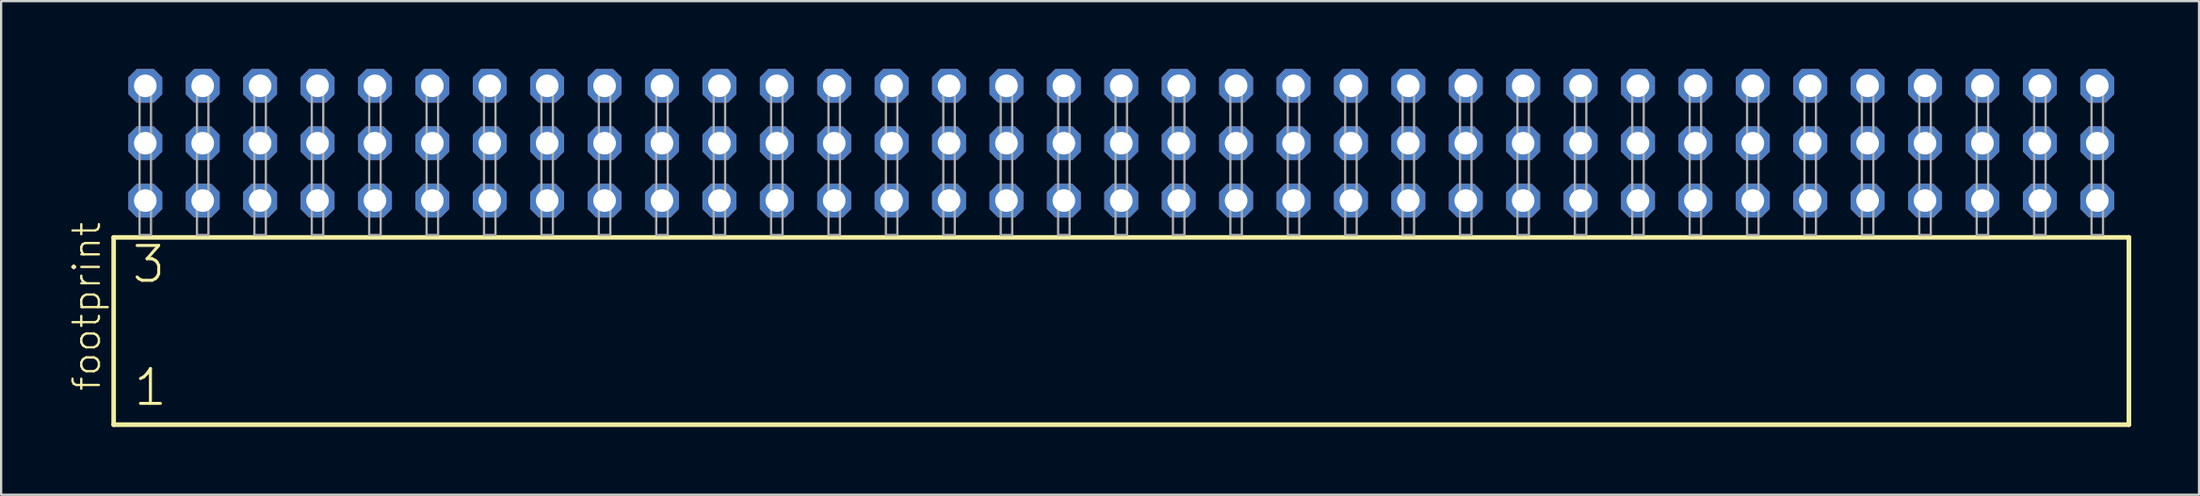
<source format=kicad_pcb>
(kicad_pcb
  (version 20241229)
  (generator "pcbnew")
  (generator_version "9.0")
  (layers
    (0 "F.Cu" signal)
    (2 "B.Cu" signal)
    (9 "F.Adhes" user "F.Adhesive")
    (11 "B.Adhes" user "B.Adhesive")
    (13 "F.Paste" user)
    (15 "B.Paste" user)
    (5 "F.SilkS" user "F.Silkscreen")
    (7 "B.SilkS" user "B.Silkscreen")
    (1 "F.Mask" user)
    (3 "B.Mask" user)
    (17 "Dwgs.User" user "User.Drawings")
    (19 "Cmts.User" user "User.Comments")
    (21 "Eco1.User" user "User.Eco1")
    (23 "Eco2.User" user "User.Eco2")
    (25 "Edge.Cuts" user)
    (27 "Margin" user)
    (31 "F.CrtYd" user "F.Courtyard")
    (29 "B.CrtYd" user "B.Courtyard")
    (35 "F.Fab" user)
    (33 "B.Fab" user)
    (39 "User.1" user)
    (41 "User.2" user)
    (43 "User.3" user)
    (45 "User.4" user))
  (footprint "footprint"
    (layer "F.Cu")
    (at 46.558 7.354)
    (property "Reference" "footprint" (at -45.085 6.985 90) (layer "F.SilkS") (effects (font (size 1.168 1.168) (thickness 0.102)) (justify left bottom)))
    (fp_line (start -44.579 0.106) (end -44.579 8.396) (stroke (width 0.203) (type solid)) (layer "F.SilkS"))
    (fp_line (start -44.579 8.396) (end 44.579 8.396) (stroke (width 0.203) (type solid)) (layer "F.SilkS"))
    (fp_line (start 44.579 0.106) (end -44.579 0.106) (stroke (width 0.203) (type solid)) (layer "F.SilkS"))
    (fp_line (start 44.579 8.396) (end 44.579 0.106) (stroke (width 0.203) (type solid)) (layer "F.SilkS"))
    (fp_poly (pts (xy -43.434 0) (xy -42.926 0) (xy -42.926 -6.858) (xy -43.434 -6.858)) (stroke (width 0.1) (type solid)) (fill no) (layer "F.Fab"))
    (fp_poly (pts (xy -40.894 0) (xy -40.386 0) (xy -40.386 -6.858) (xy -40.894 -6.858)) (stroke (width 0.1) (type solid)) (fill no) (layer "F.Fab"))
    (fp_poly (pts (xy -38.354 0) (xy -37.846 0) (xy -37.846 -6.858) (xy -38.354 -6.858)) (stroke (width 0.1) (type solid)) (fill no) (layer "F.Fab"))
    (fp_poly (pts (xy -35.814 0) (xy -35.306 0) (xy -35.306 -6.858) (xy -35.814 -6.858)) (stroke (width 0.1) (type solid)) (fill no) (layer "F.Fab"))
    (fp_poly (pts (xy -33.274 0) (xy -32.766 0) (xy -32.766 -6.858) (xy -33.274 -6.858)) (stroke (width 0.1) (type solid)) (fill no) (layer "F.Fab"))
    (fp_poly (pts (xy -30.734 0) (xy -30.226 0) (xy -30.226 -6.858) (xy -30.734 -6.858)) (stroke (width 0.1) (type solid)) (fill no) (layer "F.Fab"))
    (fp_poly (pts (xy -28.194 0) (xy -27.686 0) (xy -27.686 -6.858) (xy -28.194 -6.858)) (stroke (width 0.1) (type solid)) (fill no) (layer "F.Fab"))
    (fp_poly (pts (xy -25.654 0) (xy -25.146 0) (xy -25.146 -6.858) (xy -25.654 -6.858)) (stroke (width 0.1) (type solid)) (fill no) (layer "F.Fab"))
    (fp_poly (pts (xy -23.114 0) (xy -22.606 0) (xy -22.606 -6.858) (xy -23.114 -6.858)) (stroke (width 0.1) (type solid)) (fill no) (layer "F.Fab"))
    (fp_poly (pts (xy -20.574 0) (xy -20.066 0) (xy -20.066 -6.858) (xy -20.574 -6.858)) (stroke (width 0.1) (type solid)) (fill no) (layer "F.Fab"))
    (fp_poly (pts (xy -18.034 0) (xy -17.526 0) (xy -17.526 -6.858) (xy -18.034 -6.858)) (stroke (width 0.1) (type solid)) (fill no) (layer "F.Fab"))
    (fp_poly (pts (xy -15.494 0) (xy -14.986 0) (xy -14.986 -6.858) (xy -15.494 -6.858)) (stroke (width 0.1) (type solid)) (fill no) (layer "F.Fab"))
    (fp_poly (pts (xy -12.954 0) (xy -12.446 0) (xy -12.446 -6.858) (xy -12.954 -6.858)) (stroke (width 0.1) (type solid)) (fill no) (layer "F.Fab"))
    (fp_poly (pts (xy -10.414 0) (xy -9.906 0) (xy -9.906 -6.858) (xy -10.414 -6.858)) (stroke (width 0.1) (type solid)) (fill no) (layer "F.Fab"))
    (fp_poly (pts (xy -7.874 0) (xy -7.366 0) (xy -7.366 -6.858) (xy -7.874 -6.858)) (stroke (width 0.1) (type solid)) (fill no) (layer "F.Fab"))
    (fp_poly (pts (xy -5.334 0) (xy -4.826 0) (xy -4.826 -6.858) (xy -5.334 -6.858)) (stroke (width 0.1) (type solid)) (fill no) (layer "F.Fab"))
    (fp_poly (pts (xy -2.794 0) (xy -2.286 0) (xy -2.286 -6.858) (xy -2.794 -6.858)) (stroke (width 0.1) (type solid)) (fill no) (layer "F.Fab"))
    (fp_poly (pts (xy -0.254 0) (xy 0.254 0) (xy 0.254 -6.858) (xy -0.254 -6.858)) (stroke (width 0.1) (type solid)) (fill no) (layer "F.Fab"))
    (fp_poly (pts (xy 2.286 0) (xy 2.794 0) (xy 2.794 -6.858) (xy 2.286 -6.858)) (stroke (width 0.1) (type solid)) (fill no) (layer "F.Fab"))
    (fp_poly (pts (xy 4.826 0) (xy 5.334 0) (xy 5.334 -6.858) (xy 4.826 -6.858)) (stroke (width 0.1) (type solid)) (fill no) (layer "F.Fab"))
    (fp_poly (pts (xy 7.366 0) (xy 7.874 0) (xy 7.874 -6.858) (xy 7.366 -6.858)) (stroke (width 0.1) (type solid)) (fill no) (layer "F.Fab"))
    (fp_poly (pts (xy 9.906 0) (xy 10.414 0) (xy 10.414 -6.858) (xy 9.906 -6.858)) (stroke (width 0.1) (type solid)) (fill no) (layer "F.Fab"))
    (fp_poly (pts (xy 12.446 0) (xy 12.954 0) (xy 12.954 -6.858) (xy 12.446 -6.858)) (stroke (width 0.1) (type solid)) (fill no) (layer "F.Fab"))
    (fp_poly (pts (xy 14.986 0) (xy 15.494 0) (xy 15.494 -6.858) (xy 14.986 -6.858)) (stroke (width 0.1) (type solid)) (fill no) (layer "F.Fab"))
    (fp_poly (pts (xy 17.526 0) (xy 18.034 0) (xy 18.034 -6.858) (xy 17.526 -6.858)) (stroke (width 0.1) (type solid)) (fill no) (layer "F.Fab"))
    (fp_poly (pts (xy 20.066 0) (xy 20.574 0) (xy 20.574 -6.858) (xy 20.066 -6.858)) (stroke (width 0.1) (type solid)) (fill no) (layer "F.Fab"))
    (fp_poly (pts (xy 22.606 0) (xy 23.114 0) (xy 23.114 -6.858) (xy 22.606 -6.858)) (stroke (width 0.1) (type solid)) (fill no) (layer "F.Fab"))
    (fp_poly (pts (xy 25.146 0) (xy 25.654 0) (xy 25.654 -6.858) (xy 25.146 -6.858)) (stroke (width 0.1) (type solid)) (fill no) (layer "F.Fab"))
    (fp_poly (pts (xy 27.686 0) (xy 28.194 0) (xy 28.194 -6.858) (xy 27.686 -6.858)) (stroke (width 0.1) (type solid)) (fill no) (layer "F.Fab"))
    (fp_poly (pts (xy 30.226 0) (xy 30.734 0) (xy 30.734 -6.858) (xy 30.226 -6.858)) (stroke (width 0.1) (type solid)) (fill no) (layer "F.Fab"))
    (fp_poly (pts (xy 32.766 0) (xy 33.274 0) (xy 33.274 -6.858) (xy 32.766 -6.858)) (stroke (width 0.1) (type solid)) (fill no) (layer "F.Fab"))
    (fp_poly (pts (xy 35.306 0) (xy 35.814 0) (xy 35.814 -6.858) (xy 35.306 -6.858)) (stroke (width 0.1) (type solid)) (fill no) (layer "F.Fab"))
    (fp_poly (pts (xy 37.846 0) (xy 38.354 0) (xy 38.354 -6.858) (xy 37.846 -6.858)) (stroke (width 0.1) (type solid)) (fill no) (layer "F.Fab"))
    (fp_poly (pts (xy 40.386 0) (xy 40.894 0) (xy 40.894 -6.858) (xy 40.386 -6.858)) (stroke (width 0.1) (type solid)) (fill no) (layer "F.Fab"))
    (fp_poly (pts (xy 42.926 0) (xy 43.434 0) (xy 43.434 -6.858) (xy 42.926 -6.858)) (stroke (width 0.1) (type solid)) (fill no) (layer "F.Fab"))
    (fp_text user "1" (at -43.775 7.65 0) (layer "F.SilkS") (effects (font (size 1.542 1.542) (thickness 0.134)) (justify left bottom)))
    (fp_text user "3" (at -43.85 2.2 0) (layer "F.SilkS") (effects (font (size 1.542 1.542) (thickness 0.134)) (justify left bottom)))
    (pad "1" thru_hole roundrect (at -43.18 -1.524) (size 1.5 1.5) (drill 1) (layers "*.Cu" "*.Mask") (roundrect_rratio 0.25) (chamfer_ratio 0.25) (chamfer top_left top_right bottom_left bottom_right))
    (pad "2" thru_hole roundrect (at -43.18 -4.064) (size 1.5 1.5) (drill 1) (layers "*.Cu" "*.Mask") (roundrect_rratio 0.25) (chamfer_ratio 0.25) (chamfer top_left top_right bottom_left bottom_right))
    (pad "3" thru_hole roundrect (at -43.18 -6.604) (size 1.5 1.5) (drill 1) (layers "*.Cu" "*.Mask") (roundrect_rratio 0.25) (chamfer_ratio 0.25) (chamfer top_left top_right bottom_left bottom_right))
    (pad "4" thru_hole roundrect (at -40.64 -1.524) (size 1.5 1.5) (drill 1) (layers "*.Cu" "*.Mask") (roundrect_rratio 0.25) (chamfer_ratio 0.25) (chamfer top_left top_right bottom_left bottom_right))
    (pad "5" thru_hole roundrect (at -40.64 -4.064) (size 1.5 1.5) (drill 1) (layers "*.Cu" "*.Mask") (roundrect_rratio 0.25) (chamfer_ratio 0.25) (chamfer top_left top_right bottom_left bottom_right))
    (pad "6" thru_hole roundrect (at -40.64 -6.604) (size 1.5 1.5) (drill 1) (layers "*.Cu" "*.Mask") (roundrect_rratio 0.25) (chamfer_ratio 0.25) (chamfer top_left top_right bottom_left bottom_right))
    (pad "7" thru_hole roundrect (at -38.1 -1.524) (size 1.5 1.5) (drill 1) (layers "*.Cu" "*.Mask") (roundrect_rratio 0.25) (chamfer_ratio 0.25) (chamfer top_left top_right bottom_left bottom_right))
    (pad "8" thru_hole roundrect (at -38.1 -4.064) (size 1.5 1.5) (drill 1) (layers "*.Cu" "*.Mask") (roundrect_rratio 0.25) (chamfer_ratio 0.25) (chamfer top_left top_right bottom_left bottom_right))
    (pad "9" thru_hole roundrect (at -38.1 -6.604) (size 1.5 1.5) (drill 1) (layers "*.Cu" "*.Mask") (roundrect_rratio 0.25) (chamfer_ratio 0.25) (chamfer top_left top_right bottom_left bottom_right))
    (pad "10" thru_hole roundrect (at -35.56 -1.524) (size 1.5 1.5) (drill 1) (layers "*.Cu" "*.Mask") (roundrect_rratio 0.25) (chamfer_ratio 0.25) (chamfer top_left top_right bottom_left bottom_right))
    (pad "11" thru_hole roundrect (at -35.56 -4.064) (size 1.5 1.5) (drill 1) (layers "*.Cu" "*.Mask") (roundrect_rratio 0.25) (chamfer_ratio 0.25) (chamfer top_left top_right bottom_left bottom_right))
    (pad "12" thru_hole roundrect (at -35.56 -6.604) (size 1.5 1.5) (drill 1) (layers "*.Cu" "*.Mask") (roundrect_rratio 0.25) (chamfer_ratio 0.25) (chamfer top_left top_right bottom_left bottom_right))
    (pad "13" thru_hole roundrect (at -33.02 -1.524) (size 1.5 1.5) (drill 1) (layers "*.Cu" "*.Mask") (roundrect_rratio 0.25) (chamfer_ratio 0.25) (chamfer top_left top_right bottom_left bottom_right))
    (pad "14" thru_hole roundrect (at -33.02 -4.064) (size 1.5 1.5) (drill 1) (layers "*.Cu" "*.Mask") (roundrect_rratio 0.25) (chamfer_ratio 0.25) (chamfer top_left top_right bottom_left bottom_right))
    (pad "15" thru_hole roundrect (at -33.02 -6.604) (size 1.5 1.5) (drill 1) (layers "*.Cu" "*.Mask") (roundrect_rratio 0.25) (chamfer_ratio 0.25) (chamfer top_left top_right bottom_left bottom_right))
    (pad "16" thru_hole roundrect (at -30.48 -1.524) (size 1.5 1.5) (drill 1) (layers "*.Cu" "*.Mask") (roundrect_rratio 0.25) (chamfer_ratio 0.25) (chamfer top_left top_right bottom_left bottom_right))
    (pad "17" thru_hole roundrect (at -30.48 -4.064) (size 1.5 1.5) (drill 1) (layers "*.Cu" "*.Mask") (roundrect_rratio 0.25) (chamfer_ratio 0.25) (chamfer top_left top_right bottom_left bottom_right))
    (pad "18" thru_hole roundrect (at -30.48 -6.604) (size 1.5 1.5) (drill 1) (layers "*.Cu" "*.Mask") (roundrect_rratio 0.25) (chamfer_ratio 0.25) (chamfer top_left top_right bottom_left bottom_right))
    (pad "19" thru_hole roundrect (at -27.94 -1.524) (size 1.5 1.5) (drill 1) (layers "*.Cu" "*.Mask") (roundrect_rratio 0.25) (chamfer_ratio 0.25) (chamfer top_left top_right bottom_left bottom_right))
    (pad "20" thru_hole roundrect (at -27.94 -4.064) (size 1.5 1.5) (drill 1) (layers "*.Cu" "*.Mask") (roundrect_rratio 0.25) (chamfer_ratio 0.25) (chamfer top_left top_right bottom_left bottom_right))
    (pad "21" thru_hole roundrect (at -27.94 -6.604) (size 1.5 1.5) (drill 1) (layers "*.Cu" "*.Mask") (roundrect_rratio 0.25) (chamfer_ratio 0.25) (chamfer top_left top_right bottom_left bottom_right))
    (pad "22" thru_hole roundrect (at -25.4 -1.524) (size 1.5 1.5) (drill 1) (layers "*.Cu" "*.Mask") (roundrect_rratio 0.25) (chamfer_ratio 0.25) (chamfer top_left top_right bottom_left bottom_right))
    (pad "23" thru_hole roundrect (at -25.4 -4.064) (size 1.5 1.5) (drill 1) (layers "*.Cu" "*.Mask") (roundrect_rratio 0.25) (chamfer_ratio 0.25) (chamfer top_left top_right bottom_left bottom_right))
    (pad "24" thru_hole roundrect (at -25.4 -6.604) (size 1.5 1.5) (drill 1) (layers "*.Cu" "*.Mask") (roundrect_rratio 0.25) (chamfer_ratio 0.25) (chamfer top_left top_right bottom_left bottom_right))
    (pad "25" thru_hole roundrect (at -22.86 -1.524) (size 1.5 1.5) (drill 1) (layers "*.Cu" "*.Mask") (roundrect_rratio 0.25) (chamfer_ratio 0.25) (chamfer top_left top_right bottom_left bottom_right))
    (pad "26" thru_hole roundrect (at -22.86 -4.064) (size 1.5 1.5) (drill 1) (layers "*.Cu" "*.Mask") (roundrect_rratio 0.25) (chamfer_ratio 0.25) (chamfer top_left top_right bottom_left bottom_right))
    (pad "27" thru_hole roundrect (at -22.86 -6.604) (size 1.5 1.5) (drill 1) (layers "*.Cu" "*.Mask") (roundrect_rratio 0.25) (chamfer_ratio 0.25) (chamfer top_left top_right bottom_left bottom_right))
    (pad "28" thru_hole roundrect (at -20.32 -1.524) (size 1.5 1.5) (drill 1) (layers "*.Cu" "*.Mask") (roundrect_rratio 0.25) (chamfer_ratio 0.25) (chamfer top_left top_right bottom_left bottom_right))
    (pad "29" thru_hole roundrect (at -20.32 -4.064) (size 1.5 1.5) (drill 1) (layers "*.Cu" "*.Mask") (roundrect_rratio 0.25) (chamfer_ratio 0.25) (chamfer top_left top_right bottom_left bottom_right))
    (pad "30" thru_hole roundrect (at -20.32 -6.604) (size 1.5 1.5) (drill 1) (layers "*.Cu" "*.Mask") (roundrect_rratio 0.25) (chamfer_ratio 0.25) (chamfer top_left top_right bottom_left bottom_right))
    (pad "31" thru_hole roundrect (at -17.78 -1.524) (size 1.5 1.5) (drill 1) (layers "*.Cu" "*.Mask") (roundrect_rratio 0.25) (chamfer_ratio 0.25) (chamfer top_left top_right bottom_left bottom_right))
    (pad "32" thru_hole roundrect (at -17.78 -4.064) (size 1.5 1.5) (drill 1) (layers "*.Cu" "*.Mask") (roundrect_rratio 0.25) (chamfer_ratio 0.25) (chamfer top_left top_right bottom_left bottom_right))
    (pad "33" thru_hole roundrect (at -17.78 -6.604) (size 1.5 1.5) (drill 1) (layers "*.Cu" "*.Mask") (roundrect_rratio 0.25) (chamfer_ratio 0.25) (chamfer top_left top_right bottom_left bottom_right))
    (pad "34" thru_hole roundrect (at -15.24 -1.524) (size 1.5 1.5) (drill 1) (layers "*.Cu" "*.Mask") (roundrect_rratio 0.25) (chamfer_ratio 0.25) (chamfer top_left top_right bottom_left bottom_right))
    (pad "35" thru_hole roundrect (at -15.24 -4.064) (size 1.5 1.5) (drill 1) (layers "*.Cu" "*.Mask") (roundrect_rratio 0.25) (chamfer_ratio 0.25) (chamfer top_left top_right bottom_left bottom_right))
    (pad "36" thru_hole roundrect (at -15.24 -6.604) (size 1.5 1.5) (drill 1) (layers "*.Cu" "*.Mask") (roundrect_rratio 0.25) (chamfer_ratio 0.25) (chamfer top_left top_right bottom_left bottom_right))
    (pad "37" thru_hole roundrect (at -12.7 -1.524) (size 1.5 1.5) (drill 1) (layers "*.Cu" "*.Mask") (roundrect_rratio 0.25) (chamfer_ratio 0.25) (chamfer top_left top_right bottom_left bottom_right))
    (pad "38" thru_hole roundrect (at -12.7 -4.064) (size 1.5 1.5) (drill 1) (layers "*.Cu" "*.Mask") (roundrect_rratio 0.25) (chamfer_ratio 0.25) (chamfer top_left top_right bottom_left bottom_right))
    (pad "39" thru_hole roundrect (at -12.7 -6.604) (size 1.5 1.5) (drill 1) (layers "*.Cu" "*.Mask") (roundrect_rratio 0.25) (chamfer_ratio 0.25) (chamfer top_left top_right bottom_left bottom_right))
    (pad "40" thru_hole roundrect (at -10.16 -1.524) (size 1.5 1.5) (drill 1) (layers "*.Cu" "*.Mask") (roundrect_rratio 0.25) (chamfer_ratio 0.25) (chamfer top_left top_right bottom_left bottom_right))
    (pad "41" thru_hole roundrect (at -10.16 -4.064) (size 1.5 1.5) (drill 1) (layers "*.Cu" "*.Mask") (roundrect_rratio 0.25) (chamfer_ratio 0.25) (chamfer top_left top_right bottom_left bottom_right))
    (pad "42" thru_hole roundrect (at -10.16 -6.604) (size 1.5 1.5) (drill 1) (layers "*.Cu" "*.Mask") (roundrect_rratio 0.25) (chamfer_ratio 0.25) (chamfer top_left top_right bottom_left bottom_right))
    (pad "43" thru_hole roundrect (at -7.62 -1.524) (size 1.5 1.5) (drill 1) (layers "*.Cu" "*.Mask") (roundrect_rratio 0.25) (chamfer_ratio 0.25) (chamfer top_left top_right bottom_left bottom_right))
    (pad "44" thru_hole roundrect (at -7.62 -4.064) (size 1.5 1.5) (drill 1) (layers "*.Cu" "*.Mask") (roundrect_rratio 0.25) (chamfer_ratio 0.25) (chamfer top_left top_right bottom_left bottom_right))
    (pad "45" thru_hole roundrect (at -7.62 -6.604) (size 1.5 1.5) (drill 1) (layers "*.Cu" "*.Mask") (roundrect_rratio 0.25) (chamfer_ratio 0.25) (chamfer top_left top_right bottom_left bottom_right))
    (pad "46" thru_hole roundrect (at -5.08 -1.524) (size 1.5 1.5) (drill 1) (layers "*.Cu" "*.Mask") (roundrect_rratio 0.25) (chamfer_ratio 0.25) (chamfer top_left top_right bottom_left bottom_right))
    (pad "47" thru_hole roundrect (at -5.08 -4.064) (size 1.5 1.5) (drill 1) (layers "*.Cu" "*.Mask") (roundrect_rratio 0.25) (chamfer_ratio 0.25) (chamfer top_left top_right bottom_left bottom_right))
    (pad "48" thru_hole roundrect (at -5.08 -6.604) (size 1.5 1.5) (drill 1) (layers "*.Cu" "*.Mask") (roundrect_rratio 0.25) (chamfer_ratio 0.25) (chamfer top_left top_right bottom_left bottom_right))
    (pad "49" thru_hole roundrect (at -2.54 -1.524) (size 1.5 1.5) (drill 1) (layers "*.Cu" "*.Mask") (roundrect_rratio 0.25) (chamfer_ratio 0.25) (chamfer top_left top_right bottom_left bottom_right))
    (pad "50" thru_hole roundrect (at -2.54 -4.064) (size 1.5 1.5) (drill 1) (layers "*.Cu" "*.Mask") (roundrect_rratio 0.25) (chamfer_ratio 0.25) (chamfer top_left top_right bottom_left bottom_right))
    (pad "51" thru_hole roundrect (at -2.54 -6.604) (size 1.5 1.5) (drill 1) (layers "*.Cu" "*.Mask") (roundrect_rratio 0.25) (chamfer_ratio 0.25) (chamfer top_left top_right bottom_left bottom_right))
    (pad "52" thru_hole roundrect (at 0 -1.524) (size 1.5 1.5) (drill 1) (layers "*.Cu" "*.Mask") (roundrect_rratio 0.25) (chamfer_ratio 0.25) (chamfer top_left top_right bottom_left bottom_right))
    (pad "53" thru_hole roundrect (at 0 -4.064) (size 1.5 1.5) (drill 1) (layers "*.Cu" "*.Mask") (roundrect_rratio 0.25) (chamfer_ratio 0.25) (chamfer top_left top_right bottom_left bottom_right))
    (pad "54" thru_hole roundrect (at 0 -6.604) (size 1.5 1.5) (drill 1) (layers "*.Cu" "*.Mask") (roundrect_rratio 0.25) (chamfer_ratio 0.25) (chamfer top_left top_right bottom_left bottom_right))
    (pad "55" thru_hole roundrect (at 2.54 -1.524) (size 1.5 1.5) (drill 1) (layers "*.Cu" "*.Mask") (roundrect_rratio 0.25) (chamfer_ratio 0.25) (chamfer top_left top_right bottom_left bottom_right))
    (pad "56" thru_hole roundrect (at 2.54 -4.064) (size 1.5 1.5) (drill 1) (layers "*.Cu" "*.Mask") (roundrect_rratio 0.25) (chamfer_ratio 0.25) (chamfer top_left top_right bottom_left bottom_right))
    (pad "57" thru_hole roundrect (at 2.54 -6.604) (size 1.5 1.5) (drill 1) (layers "*.Cu" "*.Mask") (roundrect_rratio 0.25) (chamfer_ratio 0.25) (chamfer top_left top_right bottom_left bottom_right))
    (pad "58" thru_hole roundrect (at 5.08 -1.524) (size 1.5 1.5) (drill 1) (layers "*.Cu" "*.Mask") (roundrect_rratio 0.25) (chamfer_ratio 0.25) (chamfer top_left top_right bottom_left bottom_right))
    (pad "59" thru_hole roundrect (at 5.08 -4.064) (size 1.5 1.5) (drill 1) (layers "*.Cu" "*.Mask") (roundrect_rratio 0.25) (chamfer_ratio 0.25) (chamfer top_left top_right bottom_left bottom_right))
    (pad "60" thru_hole roundrect (at 5.08 -6.604) (size 1.5 1.5) (drill 1) (layers "*.Cu" "*.Mask") (roundrect_rratio 0.25) (chamfer_ratio 0.25) (chamfer top_left top_right bottom_left bottom_right))
    (pad "61" thru_hole roundrect (at 7.62 -1.524) (size 1.5 1.5) (drill 1) (layers "*.Cu" "*.Mask") (roundrect_rratio 0.25) (chamfer_ratio 0.25) (chamfer top_left top_right bottom_left bottom_right))
    (pad "62" thru_hole roundrect (at 7.62 -4.064) (size 1.5 1.5) (drill 1) (layers "*.Cu" "*.Mask") (roundrect_rratio 0.25) (chamfer_ratio 0.25) (chamfer top_left top_right bottom_left bottom_right))
    (pad "63" thru_hole roundrect (at 7.62 -6.604) (size 1.5 1.5) (drill 1) (layers "*.Cu" "*.Mask") (roundrect_rratio 0.25) (chamfer_ratio 0.25) (chamfer top_left top_right bottom_left bottom_right))
    (pad "64" thru_hole roundrect (at 10.16 -1.524) (size 1.5 1.5) (drill 1) (layers "*.Cu" "*.Mask") (roundrect_rratio 0.25) (chamfer_ratio 0.25) (chamfer top_left top_right bottom_left bottom_right))
    (pad "65" thru_hole roundrect (at 10.16 -4.064) (size 1.5 1.5) (drill 1) (layers "*.Cu" "*.Mask") (roundrect_rratio 0.25) (chamfer_ratio 0.25) (chamfer top_left top_right bottom_left bottom_right))
    (pad "66" thru_hole roundrect (at 10.16 -6.604) (size 1.5 1.5) (drill 1) (layers "*.Cu" "*.Mask") (roundrect_rratio 0.25) (chamfer_ratio 0.25) (chamfer top_left top_right bottom_left bottom_right))
    (pad "67" thru_hole roundrect (at 12.7 -1.524) (size 1.5 1.5) (drill 1) (layers "*.Cu" "*.Mask") (roundrect_rratio 0.25) (chamfer_ratio 0.25) (chamfer top_left top_right bottom_left bottom_right))
    (pad "68" thru_hole roundrect (at 12.7 -4.064) (size 1.5 1.5) (drill 1) (layers "*.Cu" "*.Mask") (roundrect_rratio 0.25) (chamfer_ratio 0.25) (chamfer top_left top_right bottom_left bottom_right))
    (pad "69" thru_hole roundrect (at 12.7 -6.604) (size 1.5 1.5) (drill 1) (layers "*.Cu" "*.Mask") (roundrect_rratio 0.25) (chamfer_ratio 0.25) (chamfer top_left top_right bottom_left bottom_right))
    (pad "70" thru_hole roundrect (at 15.24 -1.524) (size 1.5 1.5) (drill 1) (layers "*.Cu" "*.Mask") (roundrect_rratio 0.25) (chamfer_ratio 0.25) (chamfer top_left top_right bottom_left bottom_right))
    (pad "71" thru_hole roundrect (at 15.24 -4.064) (size 1.5 1.5) (drill 1) (layers "*.Cu" "*.Mask") (roundrect_rratio 0.25) (chamfer_ratio 0.25) (chamfer top_left top_right bottom_left bottom_right))
    (pad "72" thru_hole roundrect (at 15.24 -6.604) (size 1.5 1.5) (drill 1) (layers "*.Cu" "*.Mask") (roundrect_rratio 0.25) (chamfer_ratio 0.25) (chamfer top_left top_right bottom_left bottom_right))
    (pad "73" thru_hole roundrect (at 17.78 -1.524) (size 1.5 1.5) (drill 1) (layers "*.Cu" "*.Mask") (roundrect_rratio 0.25) (chamfer_ratio 0.25) (chamfer top_left top_right bottom_left bottom_right))
    (pad "74" thru_hole roundrect (at 17.78 -4.064) (size 1.5 1.5) (drill 1) (layers "*.Cu" "*.Mask") (roundrect_rratio 0.25) (chamfer_ratio 0.25) (chamfer top_left top_right bottom_left bottom_right))
    (pad "75" thru_hole roundrect (at 17.78 -6.604) (size 1.5 1.5) (drill 1) (layers "*.Cu" "*.Mask") (roundrect_rratio 0.25) (chamfer_ratio 0.25) (chamfer top_left top_right bottom_left bottom_right))
    (pad "76" thru_hole roundrect (at 20.32 -1.524) (size 1.5 1.5) (drill 1) (layers "*.Cu" "*.Mask") (roundrect_rratio 0.25) (chamfer_ratio 0.25) (chamfer top_left top_right bottom_left bottom_right))
    (pad "77" thru_hole roundrect (at 20.32 -4.064) (size 1.5 1.5) (drill 1) (layers "*.Cu" "*.Mask") (roundrect_rratio 0.25) (chamfer_ratio 0.25) (chamfer top_left top_right bottom_left bottom_right))
    (pad "78" thru_hole roundrect (at 20.32 -6.604) (size 1.5 1.5) (drill 1) (layers "*.Cu" "*.Mask") (roundrect_rratio 0.25) (chamfer_ratio 0.25) (chamfer top_left top_right bottom_left bottom_right))
    (pad "79" thru_hole roundrect (at 22.86 -1.524) (size 1.5 1.5) (drill 1) (layers "*.Cu" "*.Mask") (roundrect_rratio 0.25) (chamfer_ratio 0.25) (chamfer top_left top_right bottom_left bottom_right))
    (pad "80" thru_hole roundrect (at 22.86 -4.064) (size 1.5 1.5) (drill 1) (layers "*.Cu" "*.Mask") (roundrect_rratio 0.25) (chamfer_ratio 0.25) (chamfer top_left top_right bottom_left bottom_right))
    (pad "81" thru_hole roundrect (at 22.86 -6.604) (size 1.5 1.5) (drill 1) (layers "*.Cu" "*.Mask") (roundrect_rratio 0.25) (chamfer_ratio 0.25) (chamfer top_left top_right bottom_left bottom_right))
    (pad "82" thru_hole roundrect (at 25.4 -1.524) (size 1.5 1.5) (drill 1) (layers "*.Cu" "*.Mask") (roundrect_rratio 0.25) (chamfer_ratio 0.25) (chamfer top_left top_right bottom_left bottom_right))
    (pad "83" thru_hole roundrect (at 25.4 -4.064) (size 1.5 1.5) (drill 1) (layers "*.Cu" "*.Mask") (roundrect_rratio 0.25) (chamfer_ratio 0.25) (chamfer top_left top_right bottom_left bottom_right))
    (pad "84" thru_hole roundrect (at 25.4 -6.604) (size 1.5 1.5) (drill 1) (layers "*.Cu" "*.Mask") (roundrect_rratio 0.25) (chamfer_ratio 0.25) (chamfer top_left top_right bottom_left bottom_right))
    (pad "85" thru_hole roundrect (at 27.94 -1.524) (size 1.5 1.5) (drill 1) (layers "*.Cu" "*.Mask") (roundrect_rratio 0.25) (chamfer_ratio 0.25) (chamfer top_left top_right bottom_left bottom_right))
    (pad "86" thru_hole roundrect (at 27.94 -4.064) (size 1.5 1.5) (drill 1) (layers "*.Cu" "*.Mask") (roundrect_rratio 0.25) (chamfer_ratio 0.25) (chamfer top_left top_right bottom_left bottom_right))
    (pad "87" thru_hole roundrect (at 27.94 -6.604) (size 1.5 1.5) (drill 1) (layers "*.Cu" "*.Mask") (roundrect_rratio 0.25) (chamfer_ratio 0.25) (chamfer top_left top_right bottom_left bottom_right))
    (pad "88" thru_hole roundrect (at 30.48 -1.524) (size 1.5 1.5) (drill 1) (layers "*.Cu" "*.Mask") (roundrect_rratio 0.25) (chamfer_ratio 0.25) (chamfer top_left top_right bottom_left bottom_right))
    (pad "89" thru_hole roundrect (at 30.48 -4.064) (size 1.5 1.5) (drill 1) (layers "*.Cu" "*.Mask") (roundrect_rratio 0.25) (chamfer_ratio 0.25) (chamfer top_left top_right bottom_left bottom_right))
    (pad "90" thru_hole roundrect (at 30.48 -6.604) (size 1.5 1.5) (drill 1) (layers "*.Cu" "*.Mask") (roundrect_rratio 0.25) (chamfer_ratio 0.25) (chamfer top_left top_right bottom_left bottom_right))
    (pad "91" thru_hole roundrect (at 33.02 -1.524) (size 1.5 1.5) (drill 1) (layers "*.Cu" "*.Mask") (roundrect_rratio 0.25) (chamfer_ratio 0.25) (chamfer top_left top_right bottom_left bottom_right))
    (pad "92" thru_hole roundrect (at 33.02 -4.064) (size 1.5 1.5) (drill 1) (layers "*.Cu" "*.Mask") (roundrect_rratio 0.25) (chamfer_ratio 0.25) (chamfer top_left top_right bottom_left bottom_right))
    (pad "93" thru_hole roundrect (at 33.02 -6.604) (size 1.5 1.5) (drill 1) (layers "*.Cu" "*.Mask") (roundrect_rratio 0.25) (chamfer_ratio 0.25) (chamfer top_left top_right bottom_left bottom_right))
    (pad "94" thru_hole roundrect (at 35.56 -1.524) (size 1.5 1.5) (drill 1) (layers "*.Cu" "*.Mask") (roundrect_rratio 0.25) (chamfer_ratio 0.25) (chamfer top_left top_right bottom_left bottom_right))
    (pad "95" thru_hole roundrect (at 35.56 -4.064) (size 1.5 1.5) (drill 1) (layers "*.Cu" "*.Mask") (roundrect_rratio 0.25) (chamfer_ratio 0.25) (chamfer top_left top_right bottom_left bottom_right))
    (pad "96" thru_hole roundrect (at 35.56 -6.604) (size 1.5 1.5) (drill 1) (layers "*.Cu" "*.Mask") (roundrect_rratio 0.25) (chamfer_ratio 0.25) (chamfer top_left top_right bottom_left bottom_right))
    (pad "97" thru_hole roundrect (at 38.1 -1.524) (size 1.5 1.5) (drill 1) (layers "*.Cu" "*.Mask") (roundrect_rratio 0.25) (chamfer_ratio 0.25) (chamfer top_left top_right bottom_left bottom_right))
    (pad "98" thru_hole roundrect (at 38.1 -4.064) (size 1.5 1.5) (drill 1) (layers "*.Cu" "*.Mask") (roundrect_rratio 0.25) (chamfer_ratio 0.25) (chamfer top_left top_right bottom_left bottom_right))
    (pad "99" thru_hole roundrect (at 38.1 -6.604) (size 1.5 1.5) (drill 1) (layers "*.Cu" "*.Mask") (roundrect_rratio 0.25) (chamfer_ratio 0.25) (chamfer top_left top_right bottom_left bottom_right))
    (pad "100" thru_hole roundrect (at 40.64 -1.524) (size 1.5 1.5) (drill 1) (layers "*.Cu" "*.Mask") (roundrect_rratio 0.25) (chamfer_ratio 0.25) (chamfer top_left top_right bottom_left bottom_right))
    (pad "101" thru_hole roundrect (at 40.64 -4.064) (size 1.5 1.5) (drill 1) (layers "*.Cu" "*.Mask") (roundrect_rratio 0.25) (chamfer_ratio 0.25) (chamfer top_left top_right bottom_left bottom_right))
    (pad "102" thru_hole roundrect (at 40.64 -6.604) (size 1.5 1.5) (drill 1) (layers "*.Cu" "*.Mask") (roundrect_rratio 0.25) (chamfer_ratio 0.25) (chamfer top_left top_right bottom_left bottom_right))
    (pad "103" thru_hole roundrect (at 43.18 -1.524) (size 1.5 1.5) (drill 1) (layers "*.Cu" "*.Mask") (roundrect_rratio 0.25) (chamfer_ratio 0.25) (chamfer top_left top_right bottom_left bottom_right))
    (pad "104" thru_hole roundrect (at 43.18 -4.064) (size 1.5 1.5) (drill 1) (layers "*.Cu" "*.Mask") (roundrect_rratio 0.25) (chamfer_ratio 0.25) (chamfer top_left top_right bottom_left bottom_right))
    (pad "105" thru_hole roundrect (at 43.18 -6.604) (size 1.5 1.5) (drill 1) (layers "*.Cu" "*.Mask") (roundrect_rratio 0.25) (chamfer_ratio 0.25) (chamfer top_left top_right bottom_left bottom_right)))
  (gr_rect
    (start -3 -3)
    (end 94.239 18.852)
    (stroke (width 0.1) (type default))
    (fill no)
    (layer "Edge.Cuts")))
</source>
